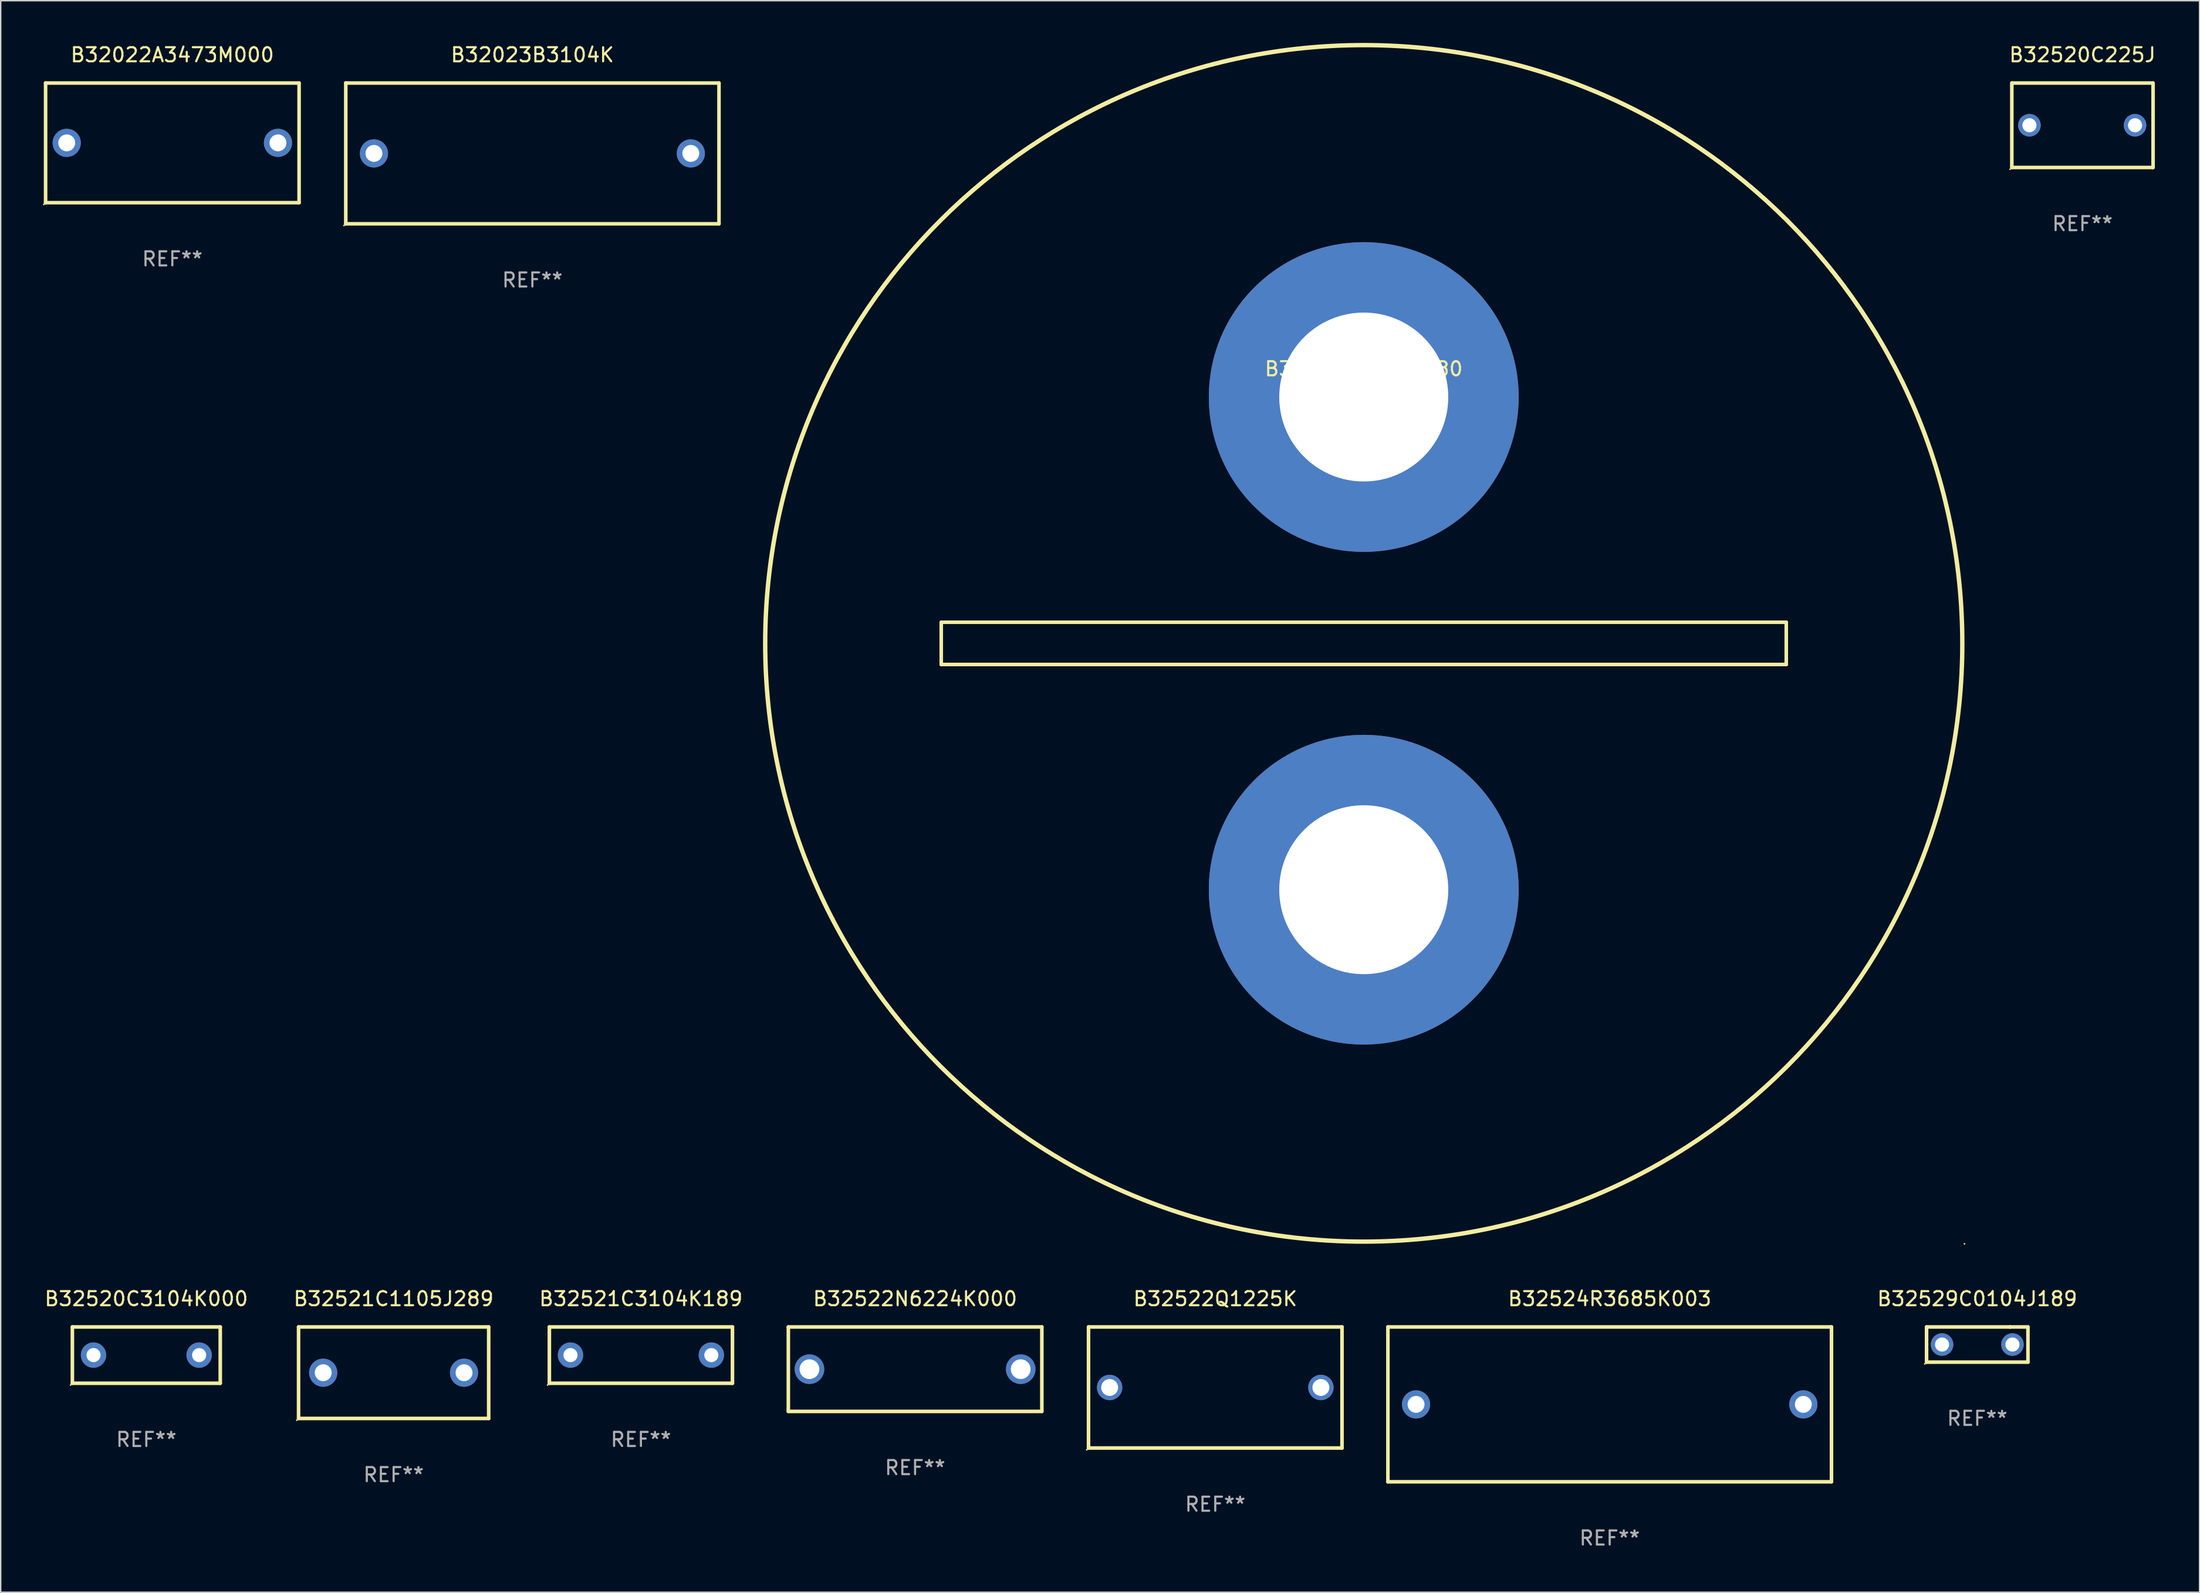
<source format=kicad_pcb>
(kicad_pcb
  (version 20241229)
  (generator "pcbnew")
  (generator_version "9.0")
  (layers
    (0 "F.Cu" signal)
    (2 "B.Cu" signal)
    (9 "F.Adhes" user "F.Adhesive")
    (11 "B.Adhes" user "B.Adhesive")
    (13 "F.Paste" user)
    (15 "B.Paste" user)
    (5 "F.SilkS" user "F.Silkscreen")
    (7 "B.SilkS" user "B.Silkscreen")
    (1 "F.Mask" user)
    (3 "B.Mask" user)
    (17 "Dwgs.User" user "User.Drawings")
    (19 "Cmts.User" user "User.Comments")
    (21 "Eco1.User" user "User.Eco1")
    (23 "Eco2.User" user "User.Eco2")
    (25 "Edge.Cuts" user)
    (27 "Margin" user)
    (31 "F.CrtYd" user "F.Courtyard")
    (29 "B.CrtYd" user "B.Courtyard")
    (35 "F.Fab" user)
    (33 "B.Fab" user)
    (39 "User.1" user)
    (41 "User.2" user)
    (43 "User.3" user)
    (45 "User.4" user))
  (footprint "B32522N6224K000"
    (layer "F.Cu")
    (at 61.925 94.218)
    (property "Reference" "B32522N6224K000" (at 0 -5 0) (layer "F.SilkS") (effects (font (size 1 1) (thickness 0.15))))
    (attr through_hole)
    (fp_line (start -9 -3) (end 9 -3) (stroke (width 0.254) (type solid)) (layer "F.SilkS"))
    (fp_line (start -9 3) (end -9 -3) (stroke (width 0.254) (type solid)) (layer "F.SilkS"))
    (fp_line (start 9 -3) (end 9 3) (stroke (width 0.254) (type solid)) (layer "F.SilkS"))
    (fp_line (start 9 3) (end -9 3) (stroke (width 0.254) (type solid)) (layer "F.SilkS"))
    (fp_circle (center -9 3) (end -8.97 3) (stroke (width 0.06) (type solid)) (fill no) (layer "F.SilkS"))
    (fp_text user "REF**" (at 0 7 0) (layer "F.Fab") (effects (font (size 1 1) (thickness 0.15))))
    (pad "1" thru_hole circle (at -7.5 0) (size 2.1 2.1) (drill 1.4) (layers "*.Cu" "*.Mask"))
    (pad "2" thru_hole circle (at 7.5 0) (size 2.1 2.1) (drill 1.4) (layers "*.Cu" "*.Mask")))
  (footprint "B32522Q1225K"
    (layer "F.Cu")
    (at 83.239 95.518)
    (property "Reference" "B32522Q1225K" (at 0 -6.3 0) (layer "F.SilkS") (effects (font (size 1 1) (thickness 0.15))))
    (attr through_hole)
    (fp_line (start -9 -4.3) (end 9 -4.3) (stroke (width 0.254) (type solid)) (layer "F.SilkS"))
    (fp_line (start -9 4.3) (end -9 -4.3) (stroke (width 0.254) (type solid)) (layer "F.SilkS"))
    (fp_line (start 9 -4.3) (end 9 4.3) (stroke (width 0.254) (type solid)) (layer "F.SilkS"))
    (fp_line (start 9 4.3) (end -9 4.3) (stroke (width 0.254) (type solid)) (layer "F.SilkS"))
    (fp_circle (center -9.127 4.427) (end -9.097 4.427) (stroke (width 0.06) (type solid)) (fill no) (layer "F.SilkS"))
    (fp_text user "REF**" (at 0 8.3 0) (layer "F.Fab") (effects (font (size 1 1) (thickness 0.15))))
    (pad "1" thru_hole circle (at -7.5 0) (size 1.8 1.8) (drill 1.2) (layers "*.Cu" "*.Mask"))
    (pad "2" thru_hole circle (at 7.5 0) (size 1.8 1.8) (drill 1.2) (layers "*.Cu" "*.Mask")))
  (footprint "B32520C225J"
    (layer "F.Cu")
    (at 144.813 5.848)
    (property "Reference" "B32520C225J" (at 0 -5 0) (layer "F.SilkS") (effects (font (size 1 1) (thickness 0.15))))
    (attr through_hole)
    (fp_line (start -5.015 3) (end -5.015 -3) (stroke (width 0.254) (type solid)) (layer "F.SilkS"))
    (fp_line (start -5.005 -3) (end 4.995 -3) (stroke (width 0.254) (type solid)) (layer "F.SilkS"))
    (fp_line (start 5.005 3) (end -4.995 3) (stroke (width 0.254) (type solid)) (layer "F.SilkS"))
    (fp_line (start 5.015 -3) (end 5.015 3) (stroke (width 0.254) (type solid)) (layer "F.SilkS"))
    (fp_circle (center -5.142 3.127) (end -5.112 3.127) (stroke (width 0.06) (type solid)) (fill no) (layer "F.SilkS"))
    (fp_text user "REF**" (at 0 7 0) (layer "F.Fab") (effects (font (size 1 1) (thickness 0.15))))
    (pad "1" thru_hole circle (at -3.765 0) (size 1.6 1.6) (drill 1) (layers "*.Cu" "*.Mask"))
    (pad "2" thru_hole circle (at 3.735 0) (size 1.6 1.6) (drill 1) (layers "*.Cu" "*.Mask")))
  (footprint "B32520C3104K000"
    (layer "F.Cu")
    (at 7.339 93.218)
    (property "Reference" "B32520C3104K000" (at 0 -4 0) (layer "F.SilkS") (effects (font (size 1 1) (thickness 0.15))))
    (attr through_hole)
    (fp_line (start -5.25 -2) (end 5.25 -2) (stroke (width 0.254) (type solid)) (layer "F.SilkS"))
    (fp_line (start -5.25 2) (end -5.25 -2) (stroke (width 0.254) (type solid)) (layer "F.SilkS"))
    (fp_line (start 5.25 -2) (end 5.25 2) (stroke (width 0.254) (type solid)) (layer "F.SilkS"))
    (fp_line (start 5.25 2) (end -5.25 2) (stroke (width 0.254) (type solid)) (layer "F.SilkS"))
    (fp_circle (center -5.377 2.127) (end -5.347 2.127) (stroke (width 0.06) (type solid)) (fill no) (layer "F.SilkS"))
    (fp_text user "REF**" (at 0 6 0) (layer "F.Fab") (effects (font (size 1 1) (thickness 0.15))))
    (pad "1" thru_hole circle (at -3.75 0) (size 1.8 1.8) (drill 1) (layers "*.Cu" "*.Mask"))
    (pad "2" thru_hole circle (at 3.75 0) (size 1.8 1.8) (drill 1) (layers "*.Cu" "*.Mask")))
  (footprint "B32521C1105J289"
    (layer "F.Cu")
    (at 24.899 94.468)
    (property "Reference" "B32521C1105J289" (at 0 -5.25 0) (layer "F.SilkS") (effects (font (size 1 1) (thickness 0.15))))
    (attr through_hole)
    (fp_line (start -6.75 -3.25) (end 6.75 -3.25) (stroke (width 0.254) (type solid)) (layer "F.SilkS"))
    (fp_line (start -6.75 3.25) (end -6.75 -3.25) (stroke (width 0.254) (type solid)) (layer "F.SilkS"))
    (fp_line (start 6.75 -3.25) (end 6.75 3.25) (stroke (width 0.254) (type solid)) (layer "F.SilkS"))
    (fp_line (start 6.75 3.25) (end -6.75 3.25) (stroke (width 0.254) (type solid)) (layer "F.SilkS"))
    (fp_circle (center -6.877 3.377) (end -6.847 3.377) (stroke (width 0.06) (type solid)) (fill no) (layer "F.SilkS"))
    (fp_text user "REF**" (at 0 7.25 0) (layer "F.Fab") (effects (font (size 1 1) (thickness 0.15))))
    (pad "1" thru_hole circle (at -5 -0.000013) (size 2 2) (drill 1.2) (layers "*.Cu" "*.Mask"))
    (pad "2" thru_hole circle (at 5 -0.000013) (size 2 2) (drill 1.2) (layers "*.Cu" "*.Mask")))
  (footprint "B32362A4257J080"
    (layer "F.Cu")
    (at 93.783 42.655)
    (property "Reference" "B32362A4257J080" (at 0 -19.5 0) (layer "F.SilkS") (effects (font (size 1 1) (thickness 0.15))))
    (attr through_hole)
    (fp_line (start -30 1.5) (end -30 -1.5) (stroke (width 0.254) (type solid)) (layer "F.SilkS"))
    (fp_line (start -30 1.5) (end 30 1.5) (stroke (width 0.254) (type solid)) (layer "F.SilkS"))
    (fp_line (start 30 -1.5) (end -30 -1.5) (stroke (width 0.254) (type solid)) (layer "F.SilkS"))
    (fp_line (start 30 -1.5) (end 30 1.5) (stroke (width 0.254) (type solid)) (layer "F.SilkS"))
    (fp_circle (center 0.000025 -0.000127) (end 42.5 -0.000127) (stroke (width 0.31) (type solid)) (fill no) (layer "F.SilkS"))
    (fp_circle (center 42.655 42.655) (end 42.685 42.655) (stroke (width 0.06) (type solid)) (fill no) (layer "F.SilkS"))
    (fp_text user "REF**" (at 0 21.5 0) (layer "F.Fab") (effects (font (size 1 1) (thickness 0.15))))
    (pad "1" thru_hole circle (at 0.000025 17.5) (size 22 22) (drill 12) (layers "*.Cu" "*.Mask"))
    (pad "2" thru_hole circle (at 0.000025 -17.5) (size 22 22) (drill 12) (layers "*.Cu" "*.Mask")))
  (footprint "B32521C3104K189"
    (layer "F.Cu")
    (at 42.458 93.218)
    (property "Reference" "B32521C3104K189" (at 0 -4 0) (layer "F.SilkS") (effects (font (size 1 1) (thickness 0.15))))
    (attr through_hole)
    (fp_line (start -6.5 -2) (end 6.5 -2) (stroke (width 0.254) (type solid)) (layer "F.SilkS"))
    (fp_line (start -6.5 2) (end -6.5 -2) (stroke (width 0.254) (type solid)) (layer "F.SilkS"))
    (fp_line (start 6.5 -2) (end 6.5 2) (stroke (width 0.254) (type solid)) (layer "F.SilkS"))
    (fp_line (start 6.5 2) (end -6.5 2) (stroke (width 0.254) (type solid)) (layer "F.SilkS"))
    (fp_circle (center -6.627 2.127) (end -6.597 2.127) (stroke (width 0.06) (type solid)) (fill no) (layer "F.SilkS"))
    (fp_text user "REF**" (at 0 6 0) (layer "F.Fab") (effects (font (size 1 1) (thickness 0.15))))
    (pad "1" thru_hole circle (at -5 0) (size 1.8 1.8) (drill 1) (layers "*.Cu" "*.Mask"))
    (pad "2" thru_hole circle (at 5 0) (size 1.8 1.8) (drill 1) (layers "*.Cu" "*.Mask")))
  (footprint "B32023B3104K"
    (layer "F.Cu")
    (at 34.751 7.848)
    (property "Reference" "B32023B3104K" (at 0 -7 0) (layer "F.SilkS") (effects (font (size 1 1) (thickness 0.15))))
    (attr through_hole)
    (fp_line (start -13.25 -5) (end 13.25 -5) (stroke (width 0.254) (type solid)) (layer "F.SilkS"))
    (fp_line (start -13.25 5) (end -13.25 -5) (stroke (width 0.254) (type solid)) (layer "F.SilkS"))
    (fp_line (start 13.25 -5) (end 13.25 5) (stroke (width 0.254) (type solid)) (layer "F.SilkS"))
    (fp_line (start 13.25 5) (end -13.25 5) (stroke (width 0.254) (type solid)) (layer "F.SilkS"))
    (fp_circle (center -13.377 5.127) (end -13.347 5.127) (stroke (width 0.06) (type solid)) (fill no) (layer "F.SilkS"))
    (fp_text user "REF**" (at 0 9 0) (layer "F.Fab") (effects (font (size 1 1) (thickness 0.15))))
    (pad "1" thru_hole circle (at -11.25 0) (size 2 2) (drill 1.2) (layers "*.Cu" "*.Mask"))
    (pad "2" thru_hole circle (at 11.25 0) (size 2 2) (drill 1.2) (layers "*.Cu" "*.Mask")))
  (footprint "B32022A3473M000"
    (layer "F.Cu")
    (at 9.187 7.098)
    (property "Reference" "B32022A3473M000" (at 0 -6.25 0) (layer "F.SilkS") (effects (font (size 1 1) (thickness 0.15))))
    (attr through_hole)
    (fp_line (start -9 -4.25) (end -9 4.25) (stroke (width 0.254) (type solid)) (layer "F.SilkS"))
    (fp_line (start -9 -4.25) (end 9 -4.25) (stroke (width 0.254) (type solid)) (layer "F.SilkS"))
    (fp_line (start 9 4.25) (end -9 4.25) (stroke (width 0.254) (type solid)) (layer "F.SilkS"))
    (fp_line (start 9 4.25) (end 9 -4.25) (stroke (width 0.254) (type solid)) (layer "F.SilkS"))
    (fp_circle (center -9.127 4.377) (end -9.097 4.377) (stroke (width 0.06) (type solid)) (fill no) (layer "F.SilkS"))
    (fp_text user "REF**" (at 0 8.25 0) (layer "F.Fab") (effects (font (size 1 1) (thickness 0.15))))
    (pad "1" thru_hole circle (at -7.5 0) (size 2 2) (drill 1.2) (layers "*.Cu" "*.Mask"))
    (pad "2" thru_hole circle (at 7.5 0) (size 2 2) (drill 1.2) (layers "*.Cu" "*.Mask")))
  (footprint "B32524R3685K003"
    (layer "F.Cu")
    (at 111.245 96.718)
    (property "Reference" "B32524R3685K003" (at 0 -7.5 0) (layer "F.SilkS") (effects (font (size 1 1) (thickness 0.15))))
    (attr through_hole)
    (fp_line (start -15.748 -5.5) (end 15.752 -5.5) (stroke (width 0.254) (type solid)) (layer "F.SilkS"))
    (fp_line (start -15.748 5.5) (end -15.748 -5.5) (stroke (width 0.254) (type solid)) (layer "F.SilkS"))
    (fp_line (start 15.748 -5.5) (end 15.748 5.5) (stroke (width 0.254) (type solid)) (layer "F.SilkS"))
    (fp_line (start 15.748 5.5) (end -15.752 5.5) (stroke (width 0.254) (type solid)) (layer "F.SilkS"))
    (fp_circle (center -15.75 5.5) (end -15.72 5.5) (stroke (width 0.06) (type solid)) (fill no) (layer "F.SilkS"))
    (fp_text user "REF**" (at 0 9.5 0) (layer "F.Fab") (effects (font (size 1 1) (thickness 0.15))))
    (pad "1" thru_hole circle (at -13.75 0) (size 2 2) (drill 1.2) (layers "*.Cu" "*.Mask"))
    (pad "2" thru_hole circle (at 13.75 0) (size 2 2) (drill 1.2) (layers "*.Cu" "*.Mask")))
  (footprint "B32529C0104J189"
    (layer "F.Cu")
    (at 137.344 92.468)
    (property "Reference" "B32529C0104J189" (at 0 -3.25 0) (layer "F.SilkS") (effects (font (size 1 1) (thickness 0.15))))
    (attr through_hole)
    (fp_line (start -3.6 1.25) (end -3.6 -1.25) (stroke (width 0.254) (type solid)) (layer "F.SilkS"))
    (fp_line (start -3.6 1.25) (end 3.6 1.25) (stroke (width 0.254) (type solid)) (layer "F.SilkS"))
    (fp_line (start -3.6 -1.25) (end 2.326 -1.25) (stroke (width 0.254) (type solid)) (layer "F.SilkS"))
    (fp_line (start 2.326 -1.25) (end 2.326 -1.25) (stroke (width 0.254) (type solid)) (layer "F.SilkS"))
    (fp_line (start 2.326 -1.25) (end 3.6 -1.25) (stroke (width 0.254) (type solid)) (layer "F.SilkS"))
    (fp_line (start 3.6 -1.25) (end 3.6 1.25) (stroke (width 0.254) (type solid)) (layer "F.SilkS"))
    (fp_circle (center -3.727 1.377) (end -3.697 1.377) (stroke (width 0.06) (type solid)) (fill no) (layer "F.SilkS"))
    (fp_text user "REF**" (at 0 5.25 0) (layer "F.Fab") (effects (font (size 1 1) (thickness 0.15))))
    (pad "1" thru_hole circle (at -2.499 -0.000013) (size 1.6 1.6) (drill 1) (layers "*.Cu" "*.Mask"))
    (pad "2" thru_hole circle (at 2.499 -0.000013) (size 1.6 1.6) (drill 1) (layers "*.Cu" "*.Mask")))
  (gr_rect
    (start -3 -3)
    (end 153.129 110.066)
    (stroke (width 0.1) (type default))
    (fill no)
    (layer "Edge.Cuts")))
</source>
